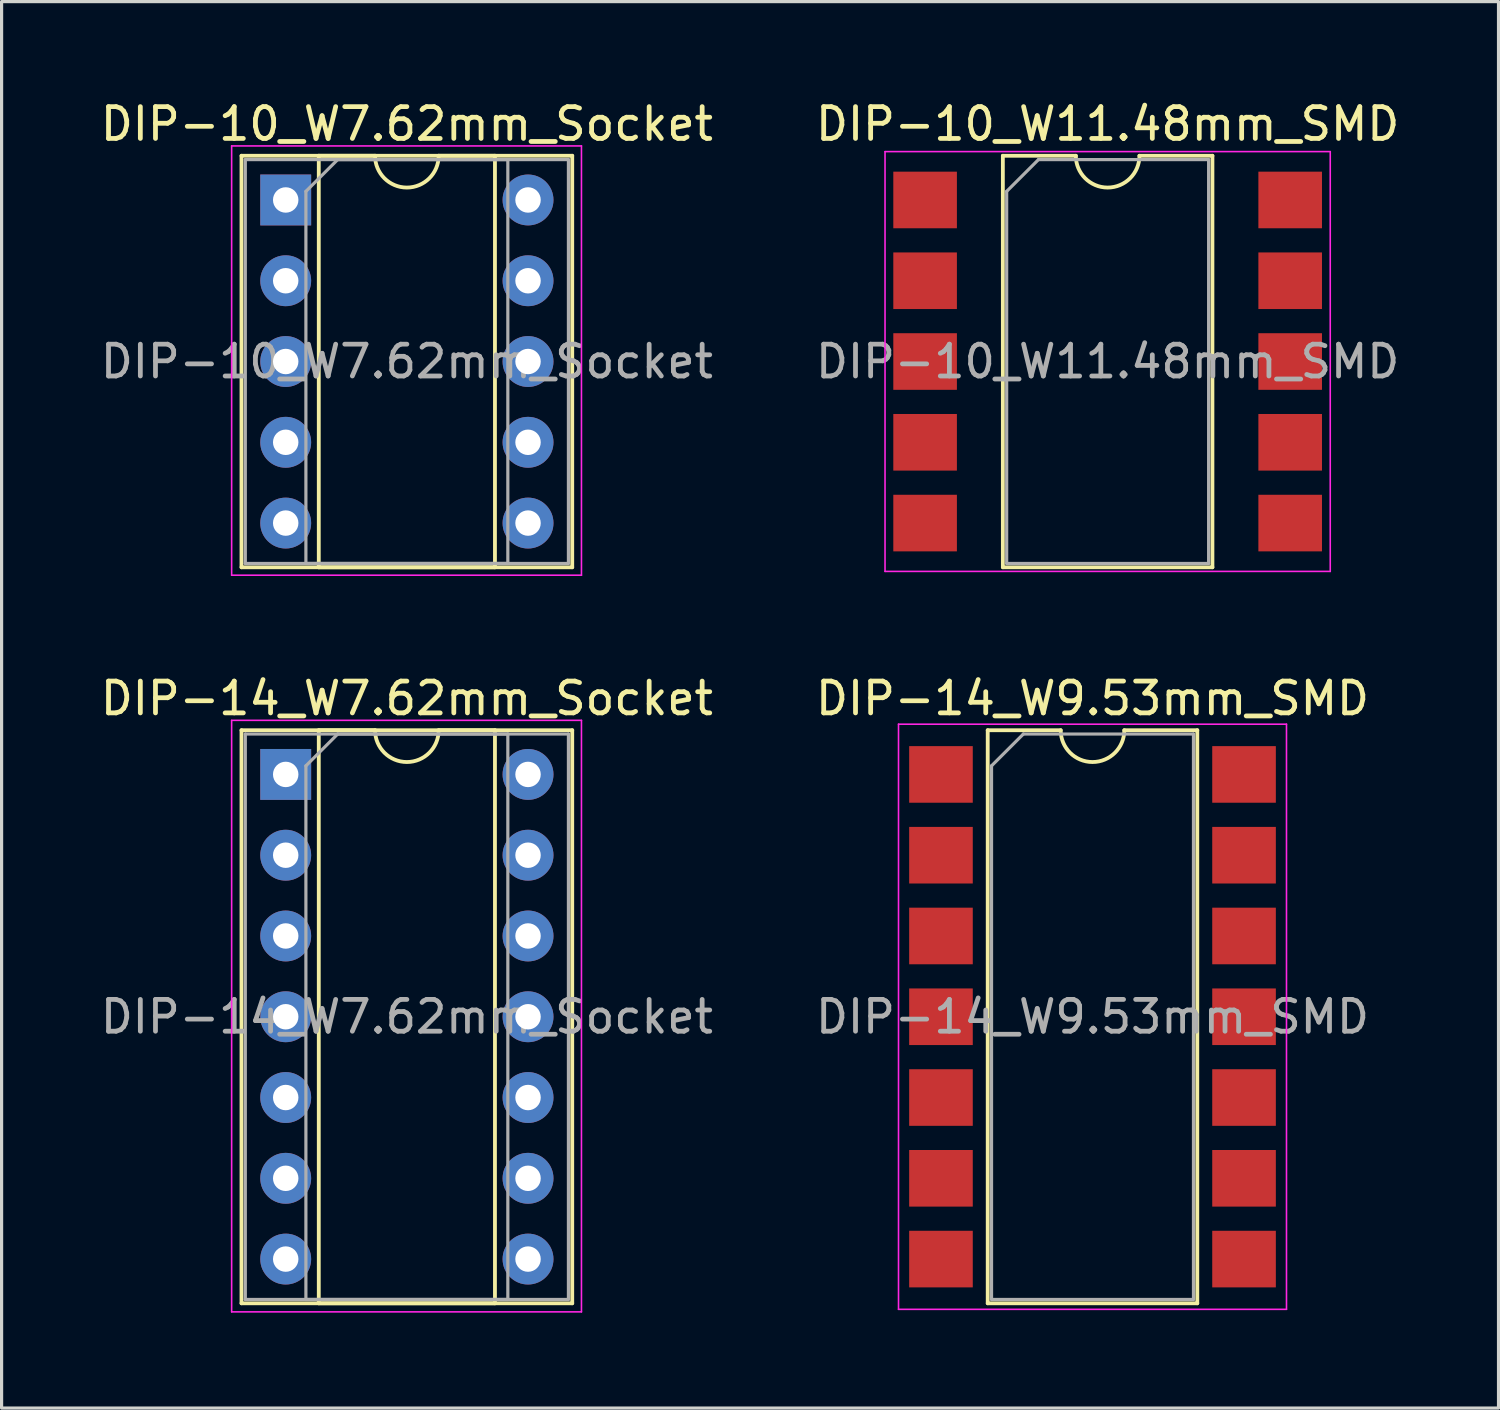
<source format=kicad_pcb>
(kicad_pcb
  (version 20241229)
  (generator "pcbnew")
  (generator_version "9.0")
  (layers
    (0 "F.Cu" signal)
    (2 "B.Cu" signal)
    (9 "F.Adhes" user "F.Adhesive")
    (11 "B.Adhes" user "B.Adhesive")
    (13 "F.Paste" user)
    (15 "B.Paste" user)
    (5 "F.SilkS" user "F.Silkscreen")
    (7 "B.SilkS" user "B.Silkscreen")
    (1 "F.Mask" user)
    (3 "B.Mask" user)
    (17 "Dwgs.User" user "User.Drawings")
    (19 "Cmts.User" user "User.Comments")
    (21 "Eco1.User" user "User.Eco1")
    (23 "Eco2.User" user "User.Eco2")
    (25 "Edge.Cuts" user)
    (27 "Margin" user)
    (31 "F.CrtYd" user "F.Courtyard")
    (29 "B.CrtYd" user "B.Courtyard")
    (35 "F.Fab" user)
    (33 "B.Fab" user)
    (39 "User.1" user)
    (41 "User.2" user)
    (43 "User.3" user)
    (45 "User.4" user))
  (footprint "DIP-14_W9.53mm_SMD"
    (layer "F.Cu")
    (at 31.304 28.922)
    (property "Reference" "DIP-14_W9.53mm_SMD" (at 0 -10.01 0) (layer "F.SilkS") (effects (font (size 1 1) (thickness 0.15))))
    (attr smd)
    (fp_line (start -3.295 -9.01) (end -3.295 9.01) (stroke (width 0.12) (type solid)) (layer "F.SilkS"))
    (fp_line (start -3.295 9.01) (end 3.295 9.01) (stroke (width 0.12) (type solid)) (layer "F.SilkS"))
    (fp_line (start -1 -9.01) (end -3.295 -9.01) (stroke (width 0.12) (type solid)) (layer "F.SilkS"))
    (fp_line (start 3.295 -9.01) (end 1 -9.01) (stroke (width 0.12) (type solid)) (layer "F.SilkS"))
    (fp_line (start 3.295 9.01) (end 3.295 -9.01) (stroke (width 0.12) (type solid)) (layer "F.SilkS"))
    (fp_arc (start 1 -9.01) (mid 0 -8.01) (end -1 -9.01) (stroke (width 0.12) (type solid)) (layer "F.SilkS"))
    (fp_line (start -6.1 -9.2) (end -6.1 9.2) (stroke (width 0.05) (type solid)) (layer "F.CrtYd"))
    (fp_line (start -6.1 9.2) (end 6.1 9.2) (stroke (width 0.05) (type solid)) (layer "F.CrtYd"))
    (fp_line (start 6.1 -9.2) (end -6.1 -9.2) (stroke (width 0.05) (type solid)) (layer "F.CrtYd"))
    (fp_line (start 6.1 9.2) (end 6.1 -9.2) (stroke (width 0.05) (type solid)) (layer "F.CrtYd"))
    (fp_line (start -3.175 -7.89) (end -2.175 -8.89) (stroke (width 0.1) (type solid)) (layer "F.Fab"))
    (fp_line (start -3.175 8.89) (end -3.175 -7.89) (stroke (width 0.1) (type solid)) (layer "F.Fab"))
    (fp_line (start -2.175 -8.89) (end 3.175 -8.89) (stroke (width 0.1) (type solid)) (layer "F.Fab"))
    (fp_line (start 3.175 -8.89) (end 3.175 8.89) (stroke (width 0.1) (type solid)) (layer "F.Fab"))
    (fp_line (start 3.175 8.89) (end -3.175 8.89) (stroke (width 0.1) (type solid)) (layer "F.Fab"))
    (fp_text user "${REFERENCE}" (at 0 0 0) (layer "F.Fab") (effects (font (size 1 1) (thickness 0.15))))
    (pad "1" smd rect (at -4.765 -7.62) (size 2 1.78) (layers "F.Cu" "F.Mask" "F.Paste"))
    (pad "2" smd rect (at -4.765 -5.08) (size 2 1.78) (layers "F.Cu" "F.Mask" "F.Paste"))
    (pad "3" smd rect (at -4.765 -2.54) (size 2 1.78) (layers "F.Cu" "F.Mask" "F.Paste"))
    (pad "4" smd rect (at -4.765 0) (size 2 1.78) (layers "F.Cu" "F.Mask" "F.Paste"))
    (pad "5" smd rect (at -4.765 2.54) (size 2 1.78) (layers "F.Cu" "F.Mask" "F.Paste"))
    (pad "6" smd rect (at -4.765 5.08) (size 2 1.78) (layers "F.Cu" "F.Mask" "F.Paste"))
    (pad "7" smd rect (at -4.765 7.62) (size 2 1.78) (layers "F.Cu" "F.Mask" "F.Paste"))
    (pad "8" smd rect (at 4.765 7.62) (size 2 1.78) (layers "F.Cu" "F.Mask" "F.Paste"))
    (pad "9" smd rect (at 4.765 5.08) (size 2 1.78) (layers "F.Cu" "F.Mask" "F.Paste"))
    (pad "10" smd rect (at 4.765 2.54) (size 2 1.78) (layers "F.Cu" "F.Mask" "F.Paste"))
    (pad "11" smd rect (at 4.765 0) (size 2 1.78) (layers "F.Cu" "F.Mask" "F.Paste"))
    (pad "12" smd rect (at 4.765 -2.54) (size 2 1.78) (layers "F.Cu" "F.Mask" "F.Paste"))
    (pad "13" smd rect (at 4.765 -5.08) (size 2 1.78) (layers "F.Cu" "F.Mask" "F.Paste"))
    (pad "14" smd rect (at 4.765 -7.62) (size 2 1.78) (layers "F.Cu" "F.Mask" "F.Paste")))
  (footprint "DIP-14_W7.62mm_Socket"
    (layer "F.Cu")
    (at 5.934 21.302)
    (property "Reference" "DIP-14_W7.62mm_Socket" (at 3.81 -2.39 0) (layer "F.SilkS") (effects (font (size 1 1) (thickness 0.15))))
    (attr through_hole)
    (fp_line (start -1.39 -1.39) (end -1.39 16.63) (stroke (width 0.12) (type solid)) (layer "F.SilkS"))
    (fp_line (start -1.39 16.63) (end 9.01 16.63) (stroke (width 0.12) (type solid)) (layer "F.SilkS"))
    (fp_line (start 1.04 -1.39) (end 1.04 16.63) (stroke (width 0.12) (type solid)) (layer "F.SilkS"))
    (fp_line (start 1.04 16.63) (end 6.58 16.63) (stroke (width 0.12) (type solid)) (layer "F.SilkS"))
    (fp_line (start 2.81 -1.39) (end 1.04 -1.39) (stroke (width 0.12) (type solid)) (layer "F.SilkS"))
    (fp_line (start 6.58 -1.39) (end 4.81 -1.39) (stroke (width 0.12) (type solid)) (layer "F.SilkS"))
    (fp_line (start 6.58 16.63) (end 6.58 -1.39) (stroke (width 0.12) (type solid)) (layer "F.SilkS"))
    (fp_line (start 9.01 -1.39) (end -1.39 -1.39) (stroke (width 0.12) (type solid)) (layer "F.SilkS"))
    (fp_line (start 9.01 16.63) (end 9.01 -1.39) (stroke (width 0.12) (type solid)) (layer "F.SilkS"))
    (fp_arc (start 4.81 -1.39) (mid 3.81 -0.39) (end 2.81 -1.39) (stroke (width 0.12) (type solid)) (layer "F.SilkS"))
    (fp_line (start -1.7 -1.7) (end -1.7 16.9) (stroke (width 0.05) (type solid)) (layer "F.CrtYd"))
    (fp_line (start -1.7 16.9) (end 9.3 16.9) (stroke (width 0.05) (type solid)) (layer "F.CrtYd"))
    (fp_line (start 9.3 -1.7) (end -1.7 -1.7) (stroke (width 0.05) (type solid)) (layer "F.CrtYd"))
    (fp_line (start 9.3 16.9) (end 9.3 -1.7) (stroke (width 0.05) (type solid)) (layer "F.CrtYd"))
    (fp_line (start -1.27 -1.27) (end -1.27 16.51) (stroke (width 0.1) (type solid)) (layer "F.Fab"))
    (fp_line (start -1.27 16.51) (end 8.89 16.51) (stroke (width 0.1) (type solid)) (layer "F.Fab"))
    (fp_line (start 0.635 -0.27) (end 1.635 -1.27) (stroke (width 0.1) (type solid)) (layer "F.Fab"))
    (fp_line (start 0.635 16.51) (end 0.635 -0.27) (stroke (width 0.1) (type solid)) (layer "F.Fab"))
    (fp_line (start 1.635 -1.27) (end 6.985 -1.27) (stroke (width 0.1) (type solid)) (layer "F.Fab"))
    (fp_line (start 6.985 -1.27) (end 6.985 16.51) (stroke (width 0.1) (type solid)) (layer "F.Fab"))
    (fp_line (start 6.985 16.51) (end 0.635 16.51) (stroke (width 0.1) (type solid)) (layer "F.Fab"))
    (fp_line (start 8.89 -1.27) (end -1.27 -1.27) (stroke (width 0.1) (type solid)) (layer "F.Fab"))
    (fp_line (start 8.89 16.51) (end 8.89 -1.27) (stroke (width 0.1) (type solid)) (layer "F.Fab"))
    (fp_text user "${REFERENCE}" (at 3.81 7.62 0) (layer "F.Fab") (effects (font (size 1 1) (thickness 0.15))))
    (pad "1" thru_hole rect (at 0 0) (size 1.6 1.6) (drill 0.8) (layers "*.Cu" "*.Mask"))
    (pad "2" thru_hole oval (at 0 2.54) (size 1.6 1.6) (drill 0.8) (layers "*.Cu" "*.Mask"))
    (pad "3" thru_hole oval (at 0 5.08) (size 1.6 1.6) (drill 0.8) (layers "*.Cu" "*.Mask"))
    (pad "4" thru_hole oval (at 0 7.62) (size 1.6 1.6) (drill 0.8) (layers "*.Cu" "*.Mask"))
    (pad "5" thru_hole oval (at 0 10.16) (size 1.6 1.6) (drill 0.8) (layers "*.Cu" "*.Mask"))
    (pad "6" thru_hole oval (at 0 12.7) (size 1.6 1.6) (drill 0.8) (layers "*.Cu" "*.Mask"))
    (pad "7" thru_hole oval (at 0 15.24) (size 1.6 1.6) (drill 0.8) (layers "*.Cu" "*.Mask"))
    (pad "8" thru_hole oval (at 7.62 15.24) (size 1.6 1.6) (drill 0.8) (layers "*.Cu" "*.Mask"))
    (pad "9" thru_hole oval (at 7.62 12.7) (size 1.6 1.6) (drill 0.8) (layers "*.Cu" "*.Mask"))
    (pad "10" thru_hole oval (at 7.62 10.16) (size 1.6 1.6) (drill 0.8) (layers "*.Cu" "*.Mask"))
    (pad "11" thru_hole oval (at 7.62 7.62) (size 1.6 1.6) (drill 0.8) (layers "*.Cu" "*.Mask"))
    (pad "12" thru_hole oval (at 7.62 5.08) (size 1.6 1.6) (drill 0.8) (layers "*.Cu" "*.Mask"))
    (pad "13" thru_hole oval (at 7.62 2.54) (size 1.6 1.6) (drill 0.8) (layers "*.Cu" "*.Mask"))
    (pad "14" thru_hole oval (at 7.62 0) (size 1.6 1.6) (drill 0.8) (layers "*.Cu" "*.Mask")))
  (footprint "DIP-10_W11.48mm_SMD"
    (layer "F.Cu")
    (at 31.78 8.318)
    (property "Reference" "DIP-10_W11.48mm_SMD" (at 0 -7.47 0) (layer "F.SilkS") (effects (font (size 1 1) (thickness 0.15))))
    (attr smd)
    (fp_line (start -3.295 -6.47) (end -3.295 6.47) (stroke (width 0.12) (type solid)) (layer "F.SilkS"))
    (fp_line (start -3.295 6.47) (end 3.295 6.47) (stroke (width 0.12) (type solid)) (layer "F.SilkS"))
    (fp_line (start -1 -6.47) (end -3.295 -6.47) (stroke (width 0.12) (type solid)) (layer "F.SilkS"))
    (fp_line (start 3.295 -6.47) (end 1 -6.47) (stroke (width 0.12) (type solid)) (layer "F.SilkS"))
    (fp_line (start 3.295 6.47) (end 3.295 -6.47) (stroke (width 0.12) (type solid)) (layer "F.SilkS"))
    (fp_arc (start 1 -6.47) (mid 0 -5.47) (end -1 -6.47) (stroke (width 0.12) (type solid)) (layer "F.SilkS"))
    (fp_line (start -7 -6.6) (end -7 6.6) (stroke (width 0.05) (type solid)) (layer "F.CrtYd"))
    (fp_line (start -7 6.6) (end 7 6.6) (stroke (width 0.05) (type solid)) (layer "F.CrtYd"))
    (fp_line (start 7 -6.6) (end -7 -6.6) (stroke (width 0.05) (type solid)) (layer "F.CrtYd"))
    (fp_line (start 7 6.6) (end 7 -6.6) (stroke (width 0.05) (type solid)) (layer "F.CrtYd"))
    (fp_line (start -3.175 -5.35) (end -2.175 -6.35) (stroke (width 0.1) (type solid)) (layer "F.Fab"))
    (fp_line (start -3.175 6.35) (end -3.175 -5.35) (stroke (width 0.1) (type solid)) (layer "F.Fab"))
    (fp_line (start -2.175 -6.35) (end 3.175 -6.35) (stroke (width 0.1) (type solid)) (layer "F.Fab"))
    (fp_line (start 3.175 -6.35) (end 3.175 6.35) (stroke (width 0.1) (type solid)) (layer "F.Fab"))
    (fp_line (start 3.175 6.35) (end -3.175 6.35) (stroke (width 0.1) (type solid)) (layer "F.Fab"))
    (fp_text user "${REFERENCE}" (at 0 0 0) (layer "F.Fab") (effects (font (size 1 1) (thickness 0.15))))
    (pad "1" smd rect (at -5.74 -5.08) (size 2 1.78) (layers "F.Cu" "F.Mask" "F.Paste"))
    (pad "2" smd rect (at -5.74 -2.54) (size 2 1.78) (layers "F.Cu" "F.Mask" "F.Paste"))
    (pad "3" smd rect (at -5.74 0) (size 2 1.78) (layers "F.Cu" "F.Mask" "F.Paste"))
    (pad "4" smd rect (at -5.74 2.54) (size 2 1.78) (layers "F.Cu" "F.Mask" "F.Paste"))
    (pad "5" smd rect (at -5.74 5.08) (size 2 1.78) (layers "F.Cu" "F.Mask" "F.Paste"))
    (pad "6" smd rect (at 5.74 5.08) (size 2 1.78) (layers "F.Cu" "F.Mask" "F.Paste"))
    (pad "7" smd rect (at 5.74 2.54) (size 2 1.78) (layers "F.Cu" "F.Mask" "F.Paste"))
    (pad "8" smd rect (at 5.74 0) (size 2 1.78) (layers "F.Cu" "F.Mask" "F.Paste"))
    (pad "9" smd rect (at 5.74 -2.54) (size 2 1.78) (layers "F.Cu" "F.Mask" "F.Paste"))
    (pad "10" smd rect (at 5.74 -5.08) (size 2 1.78) (layers "F.Cu" "F.Mask" "F.Paste")))
  (footprint "DIP-10_W7.62mm_Socket"
    (layer "F.Cu")
    (at 5.934 3.238)
    (property "Reference" "DIP-10_W7.62mm_Socket" (at 3.81 -2.39 0) (layer "F.SilkS") (effects (font (size 1 1) (thickness 0.15))))
    (attr through_hole)
    (fp_line (start -1.39 -1.39) (end -1.39 11.55) (stroke (width 0.12) (type solid)) (layer "F.SilkS"))
    (fp_line (start -1.39 11.55) (end 9.01 11.55) (stroke (width 0.12) (type solid)) (layer "F.SilkS"))
    (fp_line (start 1.04 -1.39) (end 1.04 11.55) (stroke (width 0.12) (type solid)) (layer "F.SilkS"))
    (fp_line (start 1.04 11.55) (end 6.58 11.55) (stroke (width 0.12) (type solid)) (layer "F.SilkS"))
    (fp_line (start 2.81 -1.39) (end 1.04 -1.39) (stroke (width 0.12) (type solid)) (layer "F.SilkS"))
    (fp_line (start 6.58 -1.39) (end 4.81 -1.39) (stroke (width 0.12) (type solid)) (layer "F.SilkS"))
    (fp_line (start 6.58 11.55) (end 6.58 -1.39) (stroke (width 0.12) (type solid)) (layer "F.SilkS"))
    (fp_line (start 9.01 -1.39) (end -1.39 -1.39) (stroke (width 0.12) (type solid)) (layer "F.SilkS"))
    (fp_line (start 9.01 11.55) (end 9.01 -1.39) (stroke (width 0.12) (type solid)) (layer "F.SilkS"))
    (fp_arc (start 4.81 -1.39) (mid 3.81 -0.39) (end 2.81 -1.39) (stroke (width 0.12) (type solid)) (layer "F.SilkS"))
    (fp_line (start -1.7 -1.7) (end -1.7 11.8) (stroke (width 0.05) (type solid)) (layer "F.CrtYd"))
    (fp_line (start -1.7 11.8) (end 9.3 11.8) (stroke (width 0.05) (type solid)) (layer "F.CrtYd"))
    (fp_line (start 9.3 -1.7) (end -1.7 -1.7) (stroke (width 0.05) (type solid)) (layer "F.CrtYd"))
    (fp_line (start 9.3 11.8) (end 9.3 -1.7) (stroke (width 0.05) (type solid)) (layer "F.CrtYd"))
    (fp_line (start -1.27 -1.27) (end -1.27 11.43) (stroke (width 0.1) (type solid)) (layer "F.Fab"))
    (fp_line (start -1.27 11.43) (end 8.89 11.43) (stroke (width 0.1) (type solid)) (layer "F.Fab"))
    (fp_line (start 0.635 -0.27) (end 1.635 -1.27) (stroke (width 0.1) (type solid)) (layer "F.Fab"))
    (fp_line (start 0.635 11.43) (end 0.635 -0.27) (stroke (width 0.1) (type solid)) (layer "F.Fab"))
    (fp_line (start 1.635 -1.27) (end 6.985 -1.27) (stroke (width 0.1) (type solid)) (layer "F.Fab"))
    (fp_line (start 6.985 -1.27) (end 6.985 11.43) (stroke (width 0.1) (type solid)) (layer "F.Fab"))
    (fp_line (start 6.985 11.43) (end 0.635 11.43) (stroke (width 0.1) (type solid)) (layer "F.Fab"))
    (fp_line (start 8.89 -1.27) (end -1.27 -1.27) (stroke (width 0.1) (type solid)) (layer "F.Fab"))
    (fp_line (start 8.89 11.43) (end 8.89 -1.27) (stroke (width 0.1) (type solid)) (layer "F.Fab"))
    (fp_text user "${REFERENCE}" (at 3.81 5.08 0) (layer "F.Fab") (effects (font (size 1 1) (thickness 0.15))))
    (pad "1" thru_hole rect (at 0 0) (size 1.6 1.6) (drill 0.8) (layers "*.Cu" "*.Mask"))
    (pad "2" thru_hole oval (at 0 2.54) (size 1.6 1.6) (drill 0.8) (layers "*.Cu" "*.Mask"))
    (pad "3" thru_hole oval (at 0 5.08) (size 1.6 1.6) (drill 0.8) (layers "*.Cu" "*.Mask"))
    (pad "4" thru_hole oval (at 0 7.62) (size 1.6 1.6) (drill 0.8) (layers "*.Cu" "*.Mask"))
    (pad "5" thru_hole oval (at 0 10.16) (size 1.6 1.6) (drill 0.8) (layers "*.Cu" "*.Mask"))
    (pad "6" thru_hole oval (at 7.62 10.16) (size 1.6 1.6) (drill 0.8) (layers "*.Cu" "*.Mask"))
    (pad "7" thru_hole oval (at 7.62 7.62) (size 1.6 1.6) (drill 0.8) (layers "*.Cu" "*.Mask"))
    (pad "8" thru_hole oval (at 7.62 5.08) (size 1.6 1.6) (drill 0.8) (layers "*.Cu" "*.Mask"))
    (pad "9" thru_hole oval (at 7.62 2.54) (size 1.6 1.6) (drill 0.8) (layers "*.Cu" "*.Mask"))
    (pad "10" thru_hole oval (at 7.62 0) (size 1.6 1.6) (drill 0.8) (layers "*.Cu" "*.Mask")))
  (gr_rect
    (start -3 -3)
    (end 44.071 41.227)
    (stroke (width 0.1) (type default))
    (fill no)
    (layer "Edge.Cuts")))
</source>
